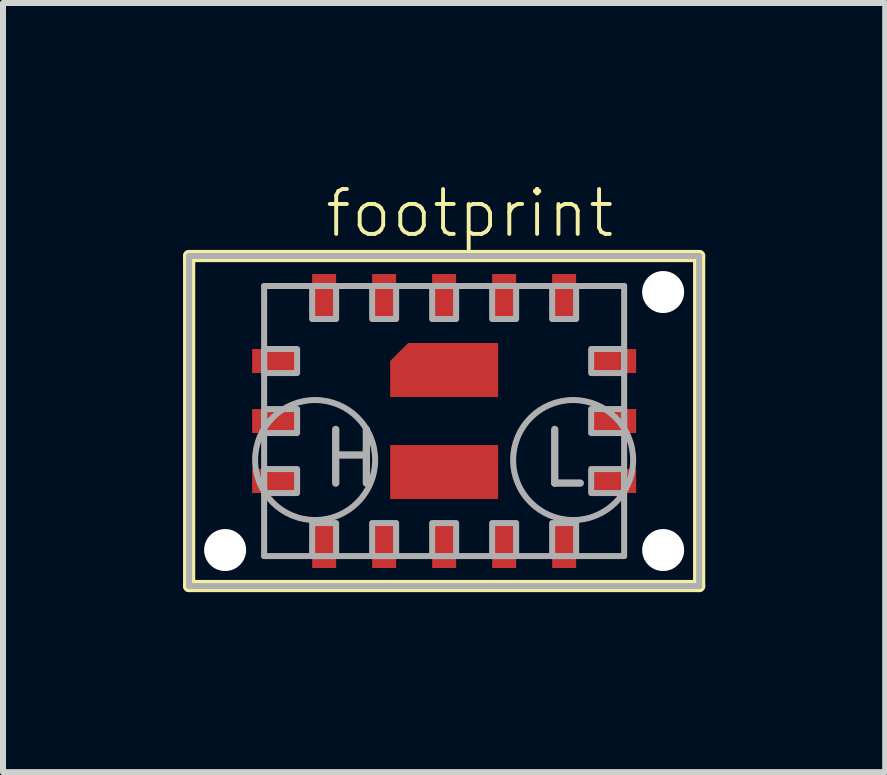
<source format=kicad_pcb>
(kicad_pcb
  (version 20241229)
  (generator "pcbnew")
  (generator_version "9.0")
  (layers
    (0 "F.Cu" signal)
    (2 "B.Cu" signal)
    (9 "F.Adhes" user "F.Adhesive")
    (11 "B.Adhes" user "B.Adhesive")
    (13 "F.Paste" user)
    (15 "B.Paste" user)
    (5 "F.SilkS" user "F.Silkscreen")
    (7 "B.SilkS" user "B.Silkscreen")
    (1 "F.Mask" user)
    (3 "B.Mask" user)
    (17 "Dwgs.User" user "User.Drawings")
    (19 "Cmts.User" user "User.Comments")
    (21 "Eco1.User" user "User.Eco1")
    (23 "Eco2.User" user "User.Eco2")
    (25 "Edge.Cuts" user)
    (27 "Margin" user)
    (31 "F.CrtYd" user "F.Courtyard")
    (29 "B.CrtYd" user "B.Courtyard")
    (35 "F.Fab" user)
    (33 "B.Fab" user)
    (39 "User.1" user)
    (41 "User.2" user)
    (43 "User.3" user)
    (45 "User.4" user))
  (footprint "footprint"
    (layer "F.Cu")
    (at 4.352 3.967)
    (property "Reference" "footprint" (at -2.02 -3.024 0) (layer "F.SilkS") (effects (font (size 0.748 0.748) (thickness 0.065)) (justify left bottom)))
    (fp_poly (pts (xy 0.9 1.3) (xy -0.9 1.3) (xy -0.9 0.4) (xy 0.9 0.4)) (stroke (width 0) (type solid)) (fill yes) (layer "F.Cu"))
    (fp_poly (pts (xy 0.9 -0.4) (xy -0.9 -0.4) (xy -0.9 -1) (xy -0.6 -1.3) (xy 0.9 -1.3)) (stroke (width 0) (type solid)) (fill yes) (layer "F.Cu"))
    (fp_poly (pts (xy -0.95 1.35) (xy 0.95 1.35) (xy 0.95 0.35) (xy -0.95 0.35)) (stroke (width 0) (type solid)) (fill yes) (layer "F.Mask"))
    (fp_poly (pts (xy 0.95 -0.35) (xy -0.95 -0.35) (xy -0.95 -1.025) (xy -0.625 -1.35) (xy 0.95 -1.35)) (stroke (width 0) (type solid)) (fill yes) (layer "F.Mask"))
    (fp_line (start -4.25 -2.75) (end -4.25 2.75) (stroke (width 0.203) (type solid)) (layer "F.SilkS"))
    (fp_line (start -4.25 2.75) (end 4.25 2.75) (stroke (width 0.203) (type solid)) (layer "F.SilkS"))
    (fp_line (start 4.25 -2.75) (end -4.25 -2.75) (stroke (width 0.203) (type solid)) (layer "F.SilkS"))
    (fp_line (start 4.25 2.75) (end 4.25 -2.75) (stroke (width 0.203) (type solid)) (layer "F.SilkS"))
    (fp_poly (pts (xy -0.8 1.2) (xy 0.8 1.2) (xy 0.8 0.5) (xy -0.8 0.5)) (stroke (width 0) (type solid)) (fill yes) (layer "F.Paste"))
    (fp_poly (pts (xy 0.8 -0.5) (xy -0.8 -0.5) (xy -0.8 -0.9) (xy -0.5 -1.2) (xy 0.8 -1.2)) (stroke (width 0) (type solid)) (fill yes) (layer "F.Paste"))
    (fp_line (start -4.25 -2.75) (end -4.25 2.75) (stroke (width 0.1) (type solid)) (layer "F.Fab"))
    (fp_line (start -4.25 2.75) (end 4.25 2.75) (stroke (width 0.1) (type solid)) (layer "F.Fab"))
    (fp_line (start -3 -2.25) (end -3 2.25) (stroke (width 0.1) (type solid)) (layer "F.Fab"))
    (fp_line (start -3 -2.25) (end 3 -2.25) (stroke (width 0.1) (type solid)) (layer "F.Fab"))
    (fp_line (start -3 2.25) (end 3 2.25) (stroke (width 0.1) (type solid)) (layer "F.Fab"))
    (fp_line (start 3 -2.25) (end 3 2.25) (stroke (width 0.1) (type solid)) (layer "F.Fab"))
    (fp_line (start 4.25 -2.75) (end -4.25 -2.75) (stroke (width 0.1) (type solid)) (layer "F.Fab"))
    (fp_line (start 4.25 2.75) (end 4.25 -2.75) (stroke (width 0.1) (type solid)) (layer "F.Fab"))
    (fp_circle (center -2.15 0.65) (end -1.15 0.65) (stroke (width 0.1) (type solid)) (fill no) (layer "F.Fab"))
    (fp_circle (center 2.15 0.65) (end 3.15 0.65) (stroke (width 0.1) (type solid)) (fill no) (layer "F.Fab"))
    (fp_poly (pts (xy -3 -0.8) (xy -2.45 -0.8) (xy -2.45 -1.2) (xy -3 -1.2)) (stroke (width 0.1) (type solid)) (fill no) (layer "F.Fab"))
    (fp_poly (pts (xy -3 0.2) (xy -2.45 0.2) (xy -2.45 -0.2) (xy -3 -0.2)) (stroke (width 0.1) (type solid)) (fill no) (layer "F.Fab"))
    (fp_poly (pts (xy -3 1.2) (xy -2.45 1.2) (xy -2.45 0.8) (xy -3 0.8)) (stroke (width 0.1) (type solid)) (fill no) (layer "F.Fab"))
    (fp_poly (pts (xy -2.2 -1.7) (xy -1.8 -1.7) (xy -1.8 -2.25) (xy -2.2 -2.25)) (stroke (width 0.1) (type solid)) (fill no) (layer "F.Fab"))
    (fp_poly (pts (xy -2.2 2.25) (xy -1.8 2.25) (xy -1.8 1.7) (xy -2.2 1.7)) (stroke (width 0.1) (type solid)) (fill no) (layer "F.Fab"))
    (fp_poly (pts (xy -1.2 -1.7) (xy -0.8 -1.7) (xy -0.8 -2.25) (xy -1.2 -2.25)) (stroke (width 0.1) (type solid)) (fill no) (layer "F.Fab"))
    (fp_poly (pts (xy -1.2 2.25) (xy -0.8 2.25) (xy -0.8 1.7) (xy -1.2 1.7)) (stroke (width 0.1) (type solid)) (fill no) (layer "F.Fab"))
    (fp_poly (pts (xy -0.2 -1.7) (xy 0.2 -1.7) (xy 0.2 -2.25) (xy -0.2 -2.25)) (stroke (width 0.1) (type solid)) (fill no) (layer "F.Fab"))
    (fp_poly (pts (xy -0.2 2.25) (xy 0.2 2.25) (xy 0.2 1.7) (xy -0.2 1.7)) (stroke (width 0.1) (type solid)) (fill no) (layer "F.Fab"))
    (fp_poly (pts (xy 0.8 -1.7) (xy 1.2 -1.7) (xy 1.2 -2.25) (xy 0.8 -2.25)) (stroke (width 0.1) (type solid)) (fill no) (layer "F.Fab"))
    (fp_poly (pts (xy 0.8 2.25) (xy 1.2 2.25) (xy 1.2 1.7) (xy 0.8 1.7)) (stroke (width 0.1) (type solid)) (fill no) (layer "F.Fab"))
    (fp_poly (pts (xy 1.8 -1.7) (xy 2.2 -1.7) (xy 2.2 -2.25) (xy 1.8 -2.25)) (stroke (width 0.1) (type solid)) (fill no) (layer "F.Fab"))
    (fp_poly (pts (xy 1.8 2.25) (xy 2.2 2.25) (xy 2.2 1.7) (xy 1.8 1.7)) (stroke (width 0.1) (type solid)) (fill no) (layer "F.Fab"))
    (fp_poly (pts (xy 2.45 -0.8) (xy 3 -0.8) (xy 3 -1.2) (xy 2.45 -1.2)) (stroke (width 0.1) (type solid)) (fill no) (layer "F.Fab"))
    (fp_poly (pts (xy 2.45 0.2) (xy 3 0.2) (xy 3 -0.2) (xy 2.45 -0.2)) (stroke (width 0.1) (type solid)) (fill no) (layer "F.Fab"))
    (fp_poly (pts (xy 2.45 1.2) (xy 3 1.2) (xy 3 0.8) (xy 2.45 0.8)) (stroke (width 0.1) (type solid)) (fill no) (layer "F.Fab"))
    (fp_text user "H" (at -2.1 1.15 0) (layer "F.Fab") (effects (font (size 0.894 0.894) (thickness 0.122)) (justify left bottom)))
    (fp_text user "L" (at 1.55 1.15 0) (layer "F.Fab") (effects (font (size 0.894 0.894) (thickness 0.122)) (justify left bottom)))
    (pad "" np_thru_hole circle (at -3.65 2.15) (size 0.7 0.7) (drill 0.7) (layers "*.Cu" "*.Mask"))
    (pad "" np_thru_hole circle (at 3.65 -2.15) (size 0.7 0.7) (drill 0.7) (layers "*.Cu" "*.Mask"))
    (pad "" np_thru_hole circle (at 3.65 2.15) (size 0.7 0.7) (drill 0.7) (layers "*.Cu" "*.Mask"))
    (pad "1" smd rect (at -2.825 -1) (size 0.75 0.4) (layers "F.Cu" "F.Mask" "F.Paste"))
    (pad "2" smd rect (at -2.825 0) (size 0.75 0.4) (layers "F.Cu" "F.Mask" "F.Paste"))
    (pad "3" smd rect (at -2.825 1) (size 0.75 0.4) (layers "F.Cu" "F.Mask" "F.Paste"))
    (pad "4" smd rect (at -2 2.075 90) (size 0.75 0.4) (layers "F.Cu" "F.Mask" "F.Paste"))
    (pad "5" smd rect (at -1 2.075 90) (size 0.75 0.4) (layers "F.Cu" "F.Mask" "F.Paste"))
    (pad "6" smd rect (at 0 2.075 90) (size 0.75 0.4) (layers "F.Cu" "F.Mask" "F.Paste"))
    (pad "7" smd rect (at 1 2.075 90) (size 0.75 0.4) (layers "F.Cu" "F.Mask" "F.Paste"))
    (pad "8" smd rect (at 2 2.075 90) (size 0.75 0.4) (layers "F.Cu" "F.Mask" "F.Paste"))
    (pad "9" smd rect (at 2.825 1 180) (size 0.75 0.4) (layers "F.Cu" "F.Mask" "F.Paste"))
    (pad "10" smd rect (at 2.825 0 180) (size 0.75 0.4) (layers "F.Cu" "F.Mask" "F.Paste"))
    (pad "11" smd rect (at 2.825 -1 180) (size 0.75 0.4) (layers "F.Cu" "F.Mask" "F.Paste"))
    (pad "12" smd rect (at 2 -2.075 270) (size 0.75 0.4) (layers "F.Cu" "F.Mask" "F.Paste"))
    (pad "13" smd rect (at 1 -2.075 270) (size 0.75 0.4) (layers "F.Cu" "F.Mask" "F.Paste"))
    (pad "14" smd rect (at 0 -2.075 270) (size 0.75 0.4) (layers "F.Cu" "F.Mask" "F.Paste"))
    (pad "15" smd rect (at -1 -2.075 270) (size 0.75 0.4) (layers "F.Cu" "F.Mask" "F.Paste"))
    (pad "16" smd rect (at -2 -2.075 270) (size 0.75 0.4) (layers "F.Cu" "F.Mask" "F.Paste"))
    (pad "DIEPAD1" smd rect (at 0 -0.85 180) (size 0.61 0.305) (layers "F.Cu"))
    (pad "DIEPAD2" smd rect (at 0 0.85 180) (size 0.61 0.305) (layers "F.Cu"))
    (zone (net_name "") (layer "F.Cu") (hatch edge 0.508) (connect_pads) (min_thickness 0.254) (filled_areas_thickness no) (keepout (tracks not_allowed) (vias not_allowed) (pads not_allowed) (copperpour not_allowed) (footprints allowed)) (placement (enabled no)) (fill) (polygon (pts (xy 4.702 3.967) (xy 4.696 3.906) (xy 4.68 3.847) (xy 4.655 3.792) (xy 4.62 3.742) (xy 4.577 3.699) (xy 4.527 3.664) (xy 4.471 3.638) (xy 4.412 3.622) (xy 4.352 3.617) (xy 4.291 3.622) (xy 4.232 3.638) (xy 4.177 3.664) (xy 4.127 3.699) (xy 4.083 3.742) (xy 4.048 3.792) (xy 4.023 3.847) (xy 4.007 3.906) (xy 4.002 3.967) (xy 4.007 4.028) (xy 4.023 4.087) (xy 4.048 4.142) (xy 4.083 4.192) (xy 4.127 4.235) (xy 4.177 4.27) (xy 4.232 4.296) (xy 4.291 4.312) (xy 4.352 4.317) (xy 4.412 4.312) (xy 4.471 4.296) (xy 4.527 4.27) (xy 4.577 4.235) (xy 4.62 4.192) (xy 4.655 4.142) (xy 4.68 4.087) (xy 4.696 4.028))) (polygon (pts (xy 4.352 3.967)))))
  (gr_rect
    (start -3 -3)
    (end 11.703 9.818)
    (stroke (width 0.1) (type default))
    (fill no)
    (layer "Edge.Cuts")))
</source>
